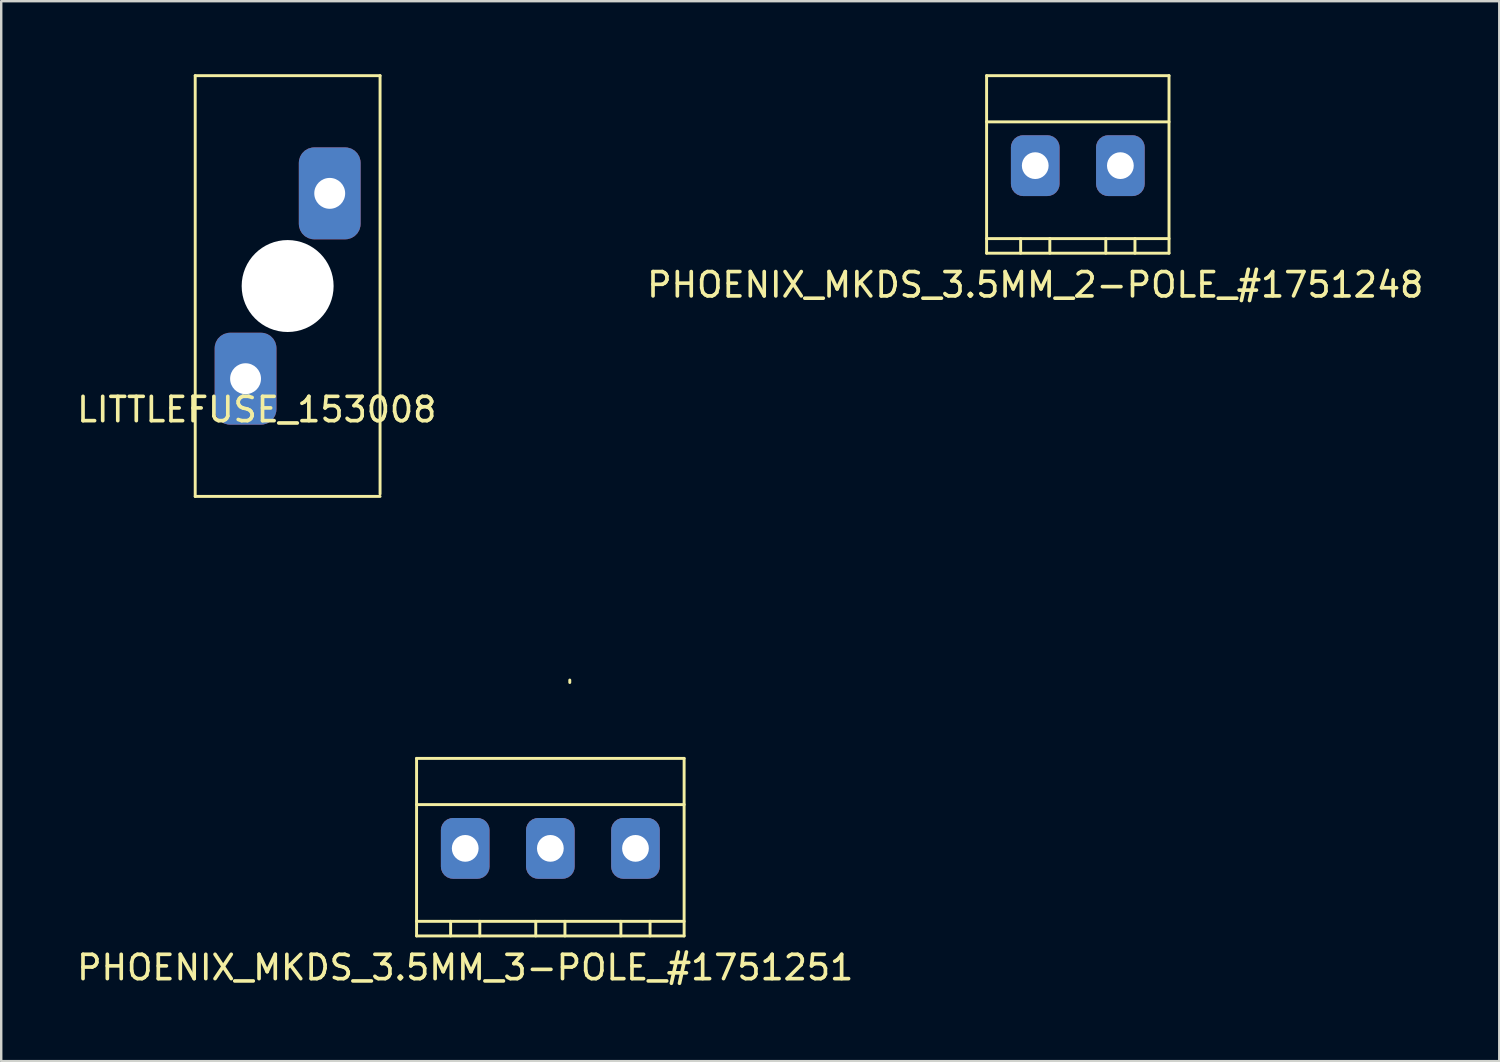
<source format=kicad_pcb>
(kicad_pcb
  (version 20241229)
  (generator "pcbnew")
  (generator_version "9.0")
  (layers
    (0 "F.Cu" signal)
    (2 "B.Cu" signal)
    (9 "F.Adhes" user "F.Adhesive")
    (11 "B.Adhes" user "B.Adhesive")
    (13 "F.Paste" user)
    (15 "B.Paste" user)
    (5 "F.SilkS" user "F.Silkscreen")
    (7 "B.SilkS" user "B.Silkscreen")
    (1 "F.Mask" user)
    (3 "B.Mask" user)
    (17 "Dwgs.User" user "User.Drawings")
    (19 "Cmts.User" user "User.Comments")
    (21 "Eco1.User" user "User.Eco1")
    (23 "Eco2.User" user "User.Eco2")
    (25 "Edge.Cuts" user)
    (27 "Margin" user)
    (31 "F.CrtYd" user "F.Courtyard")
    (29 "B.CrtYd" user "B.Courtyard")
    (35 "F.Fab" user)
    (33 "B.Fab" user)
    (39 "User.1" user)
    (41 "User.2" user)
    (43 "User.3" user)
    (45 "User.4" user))
  (footprint "PHOENIX_MKDS_3.5MM_2-POLE_#1751248"
    (layer "F.Cu")
    (at 39.513 3.76)
    (property "Reference" "PHOENIX_MKDS_3.5MM_2-POLE_#1751248" (at 0 4.9 0) (layer "F.SilkS") (effects (font (size 1 1) (thickness 0.15))))
    (attr through_hole)
    (fp_line (start -2 -3.7) (end 5.5 -3.7) (stroke (width 0.12) (type solid)) (layer "F.SilkS"))
    (fp_line (start -2 -1.8) (end 5.5 -1.8) (stroke (width 0.12) (type solid)) (layer "F.SilkS"))
    (fp_line (start -2 3) (end 5.5 3) (stroke (width 0.12) (type solid)) (layer "F.SilkS"))
    (fp_line (start -2 3.6) (end -2 -3.7) (stroke (width 0.12) (type solid)) (layer "F.SilkS"))
    (fp_line (start -0.6 3) (end -0.6 3.6) (stroke (width 0.12) (type solid)) (layer "F.SilkS"))
    (fp_line (start 0.6 3) (end 0.6 3.6) (stroke (width 0.12) (type solid)) (layer "F.SilkS"))
    (fp_line (start 2.9 3) (end 2.9 3.6) (stroke (width 0.12) (type solid)) (layer "F.SilkS"))
    (fp_line (start 4.1 3) (end 4.1 3.6) (stroke (width 0.12) (type solid)) (layer "F.SilkS"))
    (fp_line (start 5.5 -3.7) (end 5.5 3.6) (stroke (width 0.12) (type solid)) (layer "F.SilkS"))
    (fp_line (start 5.5 3.6) (end -2 3.6) (stroke (width 0.12) (type solid)) (layer "F.SilkS"))
    (pad "1" thru_hole roundrect (at 0 0) (size 2 2.5) (drill 1.1) (layers "*.Cu" "*.Mask") (roundrect_rratio 0.25))
    (pad "2" thru_hole roundrect (at 3.5 0) (size 2 2.5) (drill 1.1) (layers "*.Cu" "*.Mask") (roundrect_rratio 0.25)))
  (footprint "PHOENIX_MKDS_3.5MM_3-POLE_#1751251"
    (layer "F.Cu")
    (at 16.077 31.83)
    (property "Reference" "PHOENIX_MKDS_3.5MM_3-POLE_#1751251" (at 0 4.9 0) (layer "F.SilkS") (effects (font (size 1 1) (thickness 0.15))))
    (attr through_hole)
    (fp_line (start -2 -3.7) (end 9 -3.7) (stroke (width 0.12) (type solid)) (layer "F.SilkS"))
    (fp_line (start -2 -1.8) (end 9 -1.8) (stroke (width 0.12) (type solid)) (layer "F.SilkS"))
    (fp_line (start -2 3) (end 9 3) (stroke (width 0.12) (type solid)) (layer "F.SilkS"))
    (fp_line (start -2 3.6) (end -2 -3.7) (stroke (width 0.12) (type solid)) (layer "F.SilkS"))
    (fp_line (start -0.6 3) (end -0.6 3.6) (stroke (width 0.12) (type solid)) (layer "F.SilkS"))
    (fp_line (start 0.6 3) (end 0.6 3.6) (stroke (width 0.12) (type solid)) (layer "F.SilkS"))
    (fp_line (start 2.9 3) (end 2.9 3.6) (stroke (width 0.12) (type solid)) (layer "F.SilkS"))
    (fp_line (start 4.1 3) (end 4.1 3.6) (stroke (width 0.12) (type solid)) (layer "F.SilkS"))
    (fp_line (start 6.4 3) (end 6.4 3.6) (stroke (width 0.12) (type solid)) (layer "F.SilkS"))
    (fp_line (start 7.6 3) (end 7.6 3.6) (stroke (width 0.12) (type solid)) (layer "F.SilkS"))
    (fp_line (start 9 -3.7) (end 9 3.6) (stroke (width 0.12) (type solid)) (layer "F.SilkS"))
    (fp_line (start 9 3.6) (end -2 3.6) (stroke (width 0.12) (type solid)) (layer "F.SilkS"))
    (pad "1" thru_hole roundrect (at 0 0) (size 2 2.5) (drill 1.1) (layers "*.Cu" "*.Mask") (roundrect_rratio 0.25))
    (pad "2" thru_hole roundrect (at 3.5 0) (size 2 2.5) (drill 1.1) (layers "*.Cu" "*.Mask") (roundrect_rratio 0.25))
    (pad "3" thru_hole roundrect (at 7 0) (size 2 2.5) (drill 1.1) (layers "*.Cu" "*.Mask") (roundrect_rratio 0.25)))
  (footprint "LITTLEFUSE_153008"
    (layer "F.Cu")
    (at 8.776 8.71)
    (property "Reference" "LITTLEFUSE_153008" (at -1.27 5.08 0) (layer "F.SilkS") (effects (font (size 1 1) (thickness 0.15))))
    (attr through_hole)
    (fp_line (start -3.8 -8.65) (end 3.8 -8.65) (stroke (width 0.12) (type solid)) (layer "F.SilkS"))
    (fp_line (start -3.8 8.65) (end -3.8 -8.65) (stroke (width 0.12) (type solid)) (layer "F.SilkS"))
    (fp_line (start 3.8 -8.65) (end 3.8 8.55) (stroke (width 0.12) (type solid)) (layer "F.SilkS"))
    (fp_line (start 3.8 8.65) (end -3.8 8.65) (stroke (width 0.12) (type solid)) (layer "F.SilkS"))
    (fp_line (start 11.6 16.2) (end 11.6 16.3) (stroke (width 0.12) (type solid)) (layer "F.SilkS"))
    (pad "" np_thru_hole circle (at 0 0) (size 3.78 3.78) (drill 3.78) (layers "*.Cu" "*.Mask"))
    (pad "1" thru_hole roundrect (at 1.73 -3.81) (size 2.54 3.78) (drill 1.27) (layers "*.Cu" "*.Mask") (roundrect_rratio 0.25))
    (pad "2" thru_hole roundrect (at -1.73 3.81) (size 2.54 3.78) (drill 1.27) (layers "*.Cu" "*.Mask") (roundrect_rratio 0.25)))
  (gr_rect
    (start -3 -3)
    (end 58.591 40.578)
    (stroke (width 0.1) (type default))
    (fill no)
    (layer "Edge.Cuts")))
</source>
